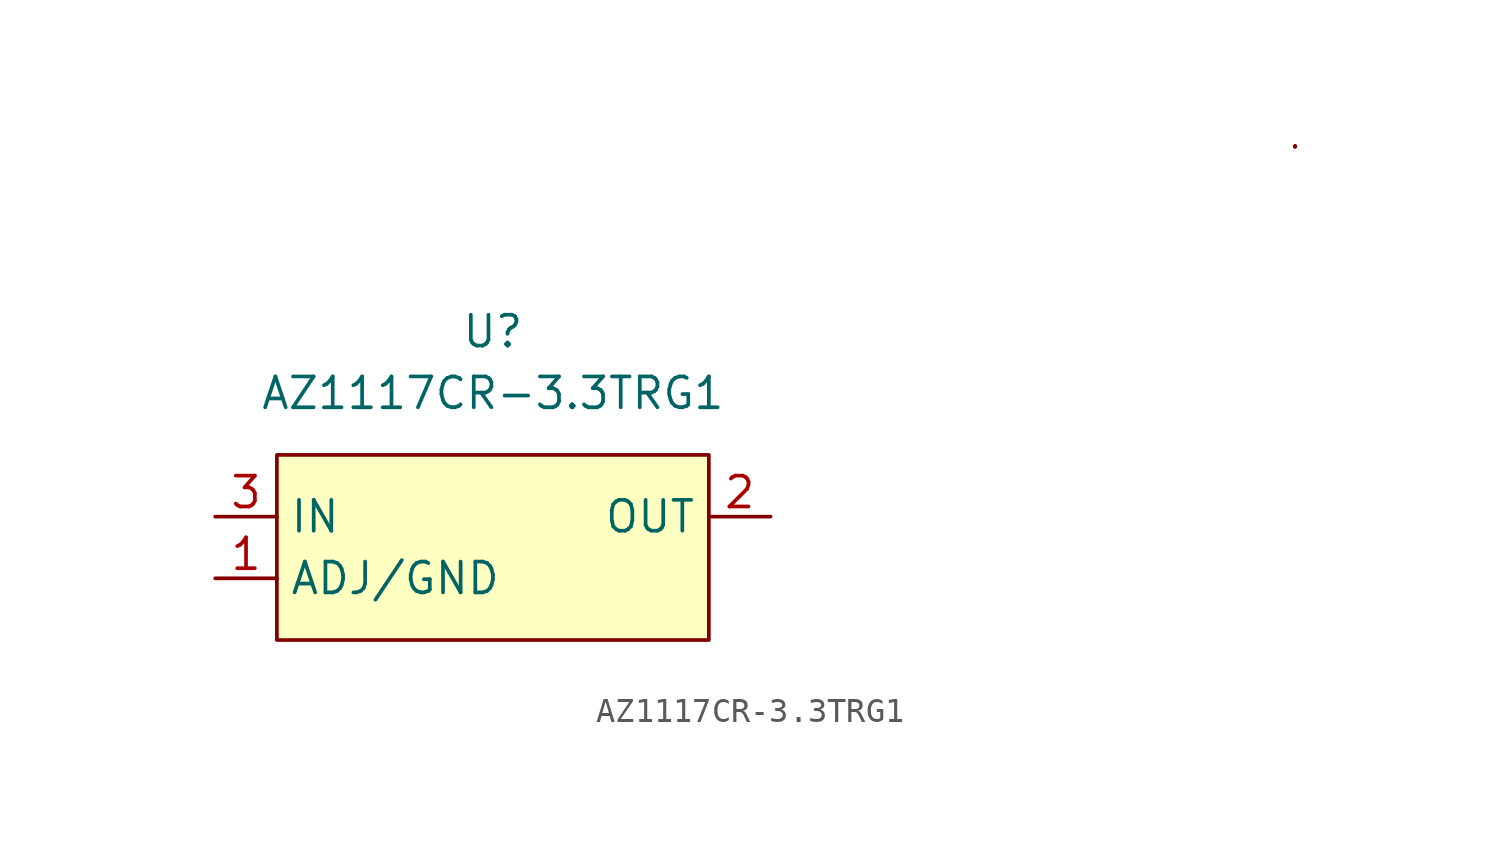
<source format=kicad_sym>
(kicad_symbol_lib
  (version 20211014)
  (generator kicad_symbol_editor)
  (symbol "AZ1117CR-3.3TRG1"
    (property "Reference" "U"
      (at 0 5.08 0)
      (effects (font (size 1.27 1.27))))
    (property "Value" "AZ1117CR-3.3TRG1"
      (at 0 2.54 0)
      (effects (font (size 1.27 1.27))))
    (symbol "AZ1117CR-3.3TRG1_0_1"
      (rectangle (start -8.89 0) (end 8.89 -7.62) (stroke (width 0) (type default) (color 0 0 0 0)) (fill (type background)))
      (rectangle (start 33.02 12.7) (end 33.02 12.7) (stroke (width 0) (type default) (color 0 0 0 0)) (fill (type none)))
      (rectangle (start 33.02 12.7) (end 33.02 12.7) (stroke (width 0) (type default) (color 0 0 0 0)) (fill (type none)))
      (rectangle (start 33.02 12.7) (end 33.02 12.7) (stroke (width 0) (type default) (color 0 0 0 0)) (fill (type none)))
      (rectangle (start 33.02 12.7) (end 33.02 12.7) (stroke (width 0) (type default) (color 0 0 0 0)) (fill (type none)))
      (rectangle (start 33.02 12.7) (end 33.02 12.7) (stroke (width 0) (type default) (color 0 0 0 0)) (fill (type none)))
      (rectangle (start 33.02 12.7) (end 33.02 12.7) (stroke (width 0) (type default) (color 0 0 0 0)) (fill (type none)))
      (rectangle (start 33.02 12.7) (end 33.02 12.7) (stroke (width 0) (type default) (color 0 0 0 0)) (fill (type none)))
      (rectangle (start 33.02 12.7) (end 33.02 12.7) (stroke (width 0) (type default) (color 0 0 0 0)) (fill (type none)))
      (rectangle (start 33.02 12.7) (end 33.02 12.7) (stroke (width 0) (type default) (color 0 0 0 0)) (fill (type none)))
      (rectangle (start 33.02 12.7) (end 33.02 12.7) (stroke (width 0) (type default) (color 0 0 0 0)) (fill (type none)))
      (rectangle (start 33.02 12.7) (end 33.02 12.7) (stroke (width 0) (type default) (color 0 0 0 0)) (fill (type none))))
    (symbol "AZ1117CR-3.3TRG1_1_1"
      (pin passive line (at -11.43 -5.08 0) (length 2.54) (name "ADJ/GND" (effects (font (size 1.27 1.27)))) (number "1" (effects (font (size 1.27 1.27)))))
      (pin passive line (at 11.43 -2.54 180) (length 2.54) (name "OUT" (effects (font (size 1.27 1.27)))) (number "2" (effects (font (size 1.27 1.27)))))
      (pin passive line (at -11.43 -2.54 0) (length 2.54) (name "IN" (effects (font (size 1.27 1.27)))) (number "3" (effects (font (size 1.27 1.27))))))))
</source>
